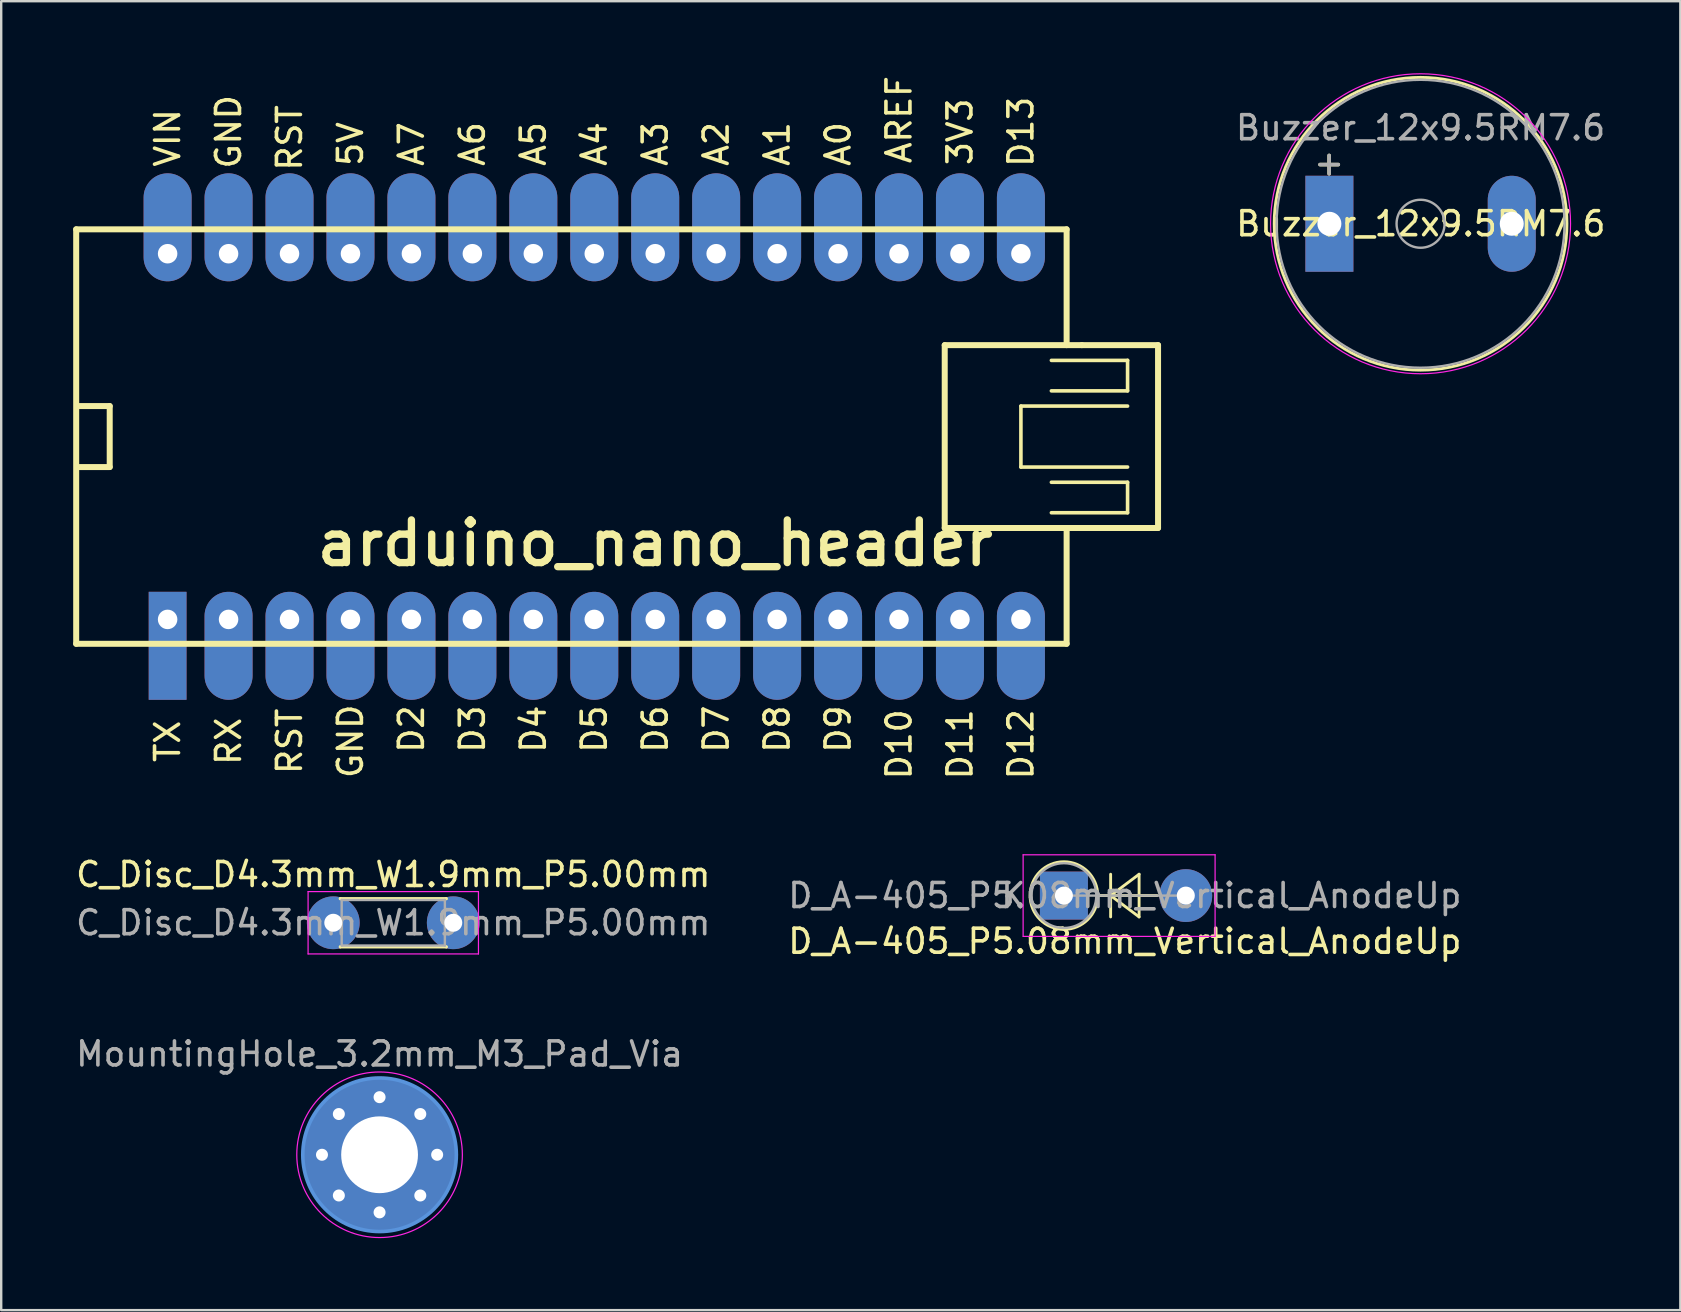
<source format=kicad_pcb>
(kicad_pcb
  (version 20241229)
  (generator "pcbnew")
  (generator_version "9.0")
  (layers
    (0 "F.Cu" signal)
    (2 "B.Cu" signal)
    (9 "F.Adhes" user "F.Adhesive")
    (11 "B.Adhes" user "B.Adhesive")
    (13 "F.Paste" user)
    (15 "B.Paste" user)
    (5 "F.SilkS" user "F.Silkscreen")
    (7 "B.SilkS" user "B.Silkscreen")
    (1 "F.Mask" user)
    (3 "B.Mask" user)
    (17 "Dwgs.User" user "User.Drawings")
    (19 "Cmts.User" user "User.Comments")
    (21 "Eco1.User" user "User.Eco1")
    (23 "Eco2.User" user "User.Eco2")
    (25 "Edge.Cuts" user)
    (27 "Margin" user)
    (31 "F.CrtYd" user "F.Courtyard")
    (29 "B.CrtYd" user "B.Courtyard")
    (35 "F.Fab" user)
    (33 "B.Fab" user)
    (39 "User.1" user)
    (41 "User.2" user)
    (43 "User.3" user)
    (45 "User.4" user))
  (footprint "Buzzer_12x9.5RM7.6"
    (layer "F.Cu")
    (at 52.35 6.275)
    (property "Reference" "Buzzer_12x9.5RM7.6" (at 3.81 0 0) (layer "F.SilkS") (effects (font (size 1 1) (thickness 0.15))))
    (attr through_hole)
    (fp_circle (center 3.8 0) (end 9.9 0) (stroke (width 0.12) (type solid)) (fill no) (layer "F.SilkS"))
    (fp_circle (center 3.8 0) (end 10.05 0) (stroke (width 0.05) (type solid)) (fill no) (layer "F.CrtYd"))
    (fp_circle (center 3.8 0) (end 4.8 0) (stroke (width 0.1) (type solid)) (fill no) (layer "F.Fab"))
    (fp_circle (center 3.8 0) (end 9.8 0) (stroke (width 0.1) (type solid)) (fill no) (layer "F.Fab"))
    (fp_text user "+" (at -0.01 -2.54 0) (layer "F.SilkS") (effects (font (size 1 1) (thickness 0.15))))
    (fp_text user "+" (at -0.01 -2.54 0) (layer "F.Fab") (effects (font (size 1 1) (thickness 0.15))))
    (fp_text user "${REFERENCE}" (at 3.8 -4 0) (layer "F.Fab") (effects (font (size 1 1) (thickness 0.15))))
    (pad "1" thru_hole rect (at 0 0) (size 2 4) (drill 1) (layers "*.Cu" "*.Mask"))
    (pad "2" thru_hole oval (at 7.6 0) (size 2 4) (drill 1) (layers "*.Cu" "*.Mask")))
  (footprint "arduino_nano_header"
    (layer "F.Cu")
    (at 22.985 15.143)
    (property "Reference" "arduino_nano_header" (at 1.27 4.445 0) (layer "F.SilkS") (effects (font (size 1.778 1.778) (thickness 0.305))))
    (attr through_hole)
    (fp_line (start -22.86 -8.636) (end -22.86 8.636) (stroke (width 0.25) (type solid)) (layer "F.SilkS"))
    (fp_line (start -22.733 -1.27) (end -21.463 -1.27) (stroke (width 0.25) (type solid)) (layer "F.SilkS"))
    (fp_line (start -21.463 -1.27) (end -21.463 1.27) (stroke (width 0.25) (type solid)) (layer "F.SilkS"))
    (fp_line (start -21.463 1.27) (end -22.733 1.27) (stroke (width 0.25) (type solid)) (layer "F.SilkS"))
    (fp_line (start 13.335 -3.81) (end 13.335 3.81) (stroke (width 0.25) (type solid)) (layer "F.SilkS"))
    (fp_line (start 13.335 3.81) (end 22.225 3.81) (stroke (width 0.25) (type solid)) (layer "F.SilkS"))
    (fp_line (start 16.51 -1.27) (end 20.955 -1.27) (stroke (width 0.15) (type solid)) (layer "F.SilkS"))
    (fp_line (start 16.51 1.27) (end 16.51 -1.27) (stroke (width 0.15) (type solid)) (layer "F.SilkS"))
    (fp_line (start 17.78 -1.905) (end 20.955 -1.905) (stroke (width 0.15) (type solid)) (layer "F.SilkS"))
    (fp_line (start 17.78 3.175) (end 20.955 3.175) (stroke (width 0.15) (type solid)) (layer "F.SilkS"))
    (fp_line (start 18.415 -8.636) (end -22.86 -8.636) (stroke (width 0.25) (type solid)) (layer "F.SilkS"))
    (fp_line (start 18.415 -8.636) (end 18.415 -3.81) (stroke (width 0.25) (type solid)) (layer "F.SilkS"))
    (fp_line (start 18.415 3.81) (end 18.415 8.636) (stroke (width 0.25) (type solid)) (layer "F.SilkS"))
    (fp_line (start 18.415 8.636) (end -22.86 8.636) (stroke (width 0.25) (type solid)) (layer "F.SilkS"))
    (fp_line (start 19.05 -3.81) (end 13.335 -3.81) (stroke (width 0.25) (type solid)) (layer "F.SilkS"))
    (fp_line (start 20.955 -3.175) (end 17.78 -3.175) (stroke (width 0.15) (type solid)) (layer "F.SilkS"))
    (fp_line (start 20.955 -1.905) (end 20.955 -3.175) (stroke (width 0.15) (type solid)) (layer "F.SilkS"))
    (fp_line (start 20.955 1.27) (end 16.51 1.27) (stroke (width 0.15) (type solid)) (layer "F.SilkS"))
    (fp_line (start 20.955 1.905) (end 17.78 1.905) (stroke (width 0.15) (type solid)) (layer "F.SilkS"))
    (fp_line (start 20.955 3.175) (end 20.955 1.905) (stroke (width 0.15) (type solid)) (layer "F.SilkS"))
    (fp_line (start 22.225 -3.81) (end 19.05 -3.81) (stroke (width 0.25) (type solid)) (layer "F.SilkS"))
    (fp_line (start 22.225 3.81) (end 22.225 -3.81) (stroke (width 0.25) (type solid)) (layer "F.SilkS"))
    (fp_text user "A4" (at -1.27 -12.192 90) (layer "F.SilkS") (effects (font (size 1 1) (thickness 0.15))))
    (fp_text user "GND" (at -16.51 -12.7 90) (layer "F.SilkS") (effects (font (size 1 1) (thickness 0.15))))
    (fp_text user "A1" (at 6.35 -12.192 90) (layer "F.SilkS") (effects (font (size 1 1) (thickness 0.15))))
    (fp_text user "D12" (at 16.51 12.827 90) (layer "F.SilkS") (effects (font (size 1 1) (thickness 0.15))))
    (fp_text user "D7" (at 3.81 12.192 90) (layer "F.SilkS") (effects (font (size 1 1) (thickness 0.15))))
    (fp_text user "3V3" (at 13.97 -12.7 90) (layer "F.SilkS") (effects (font (size 1 1) (thickness 0.15))))
    (fp_text user "A2" (at 3.81 -12.192 90) (layer "F.SilkS") (effects (font (size 1 1) (thickness 0.15))))
    (fp_text user "5V" (at -11.43 -12.192 90) (layer "F.SilkS") (effects (font (size 1 1) (thickness 0.15))))
    (fp_text user "A5" (at -3.81 -12.192 90) (layer "F.SilkS") (effects (font (size 1 1) (thickness 0.15))))
    (fp_text user "AREF" (at 11.43 -13.208 90) (layer "F.SilkS") (effects (font (size 1 1) (thickness 0.15))))
    (fp_text user "A0" (at 8.89 -12.192 90) (layer "F.SilkS") (effects (font (size 1 1) (thickness 0.15))))
    (fp_text user "A7" (at -8.89 -12.192 90) (layer "F.SilkS") (effects (font (size 1 1) (thickness 0.15))))
    (fp_text user "D3" (at -6.35 12.192 90) (layer "F.SilkS") (effects (font (size 1 1) (thickness 0.15))))
    (fp_text user "D8" (at 6.35 12.192 90) (layer "F.SilkS") (effects (font (size 1 1) (thickness 0.15))))
    (fp_text user "VIN" (at -19.05 -12.446 90) (layer "F.SilkS") (effects (font (size 1 1) (thickness 0.15))))
    (fp_text user "D11" (at 13.97 12.827 90) (layer "F.SilkS") (effects (font (size 1 1) (thickness 0.15))))
    (fp_text user "D13" (at 16.51 -12.7 90) (layer "F.SilkS") (effects (font (size 1 1) (thickness 0.15))))
    (fp_text user "D5" (at -1.27 12.192 90) (layer "F.SilkS") (effects (font (size 1 1) (thickness 0.15))))
    (fp_text user "A6" (at -6.35 -12.192 90) (layer "F.SilkS") (effects (font (size 1 1) (thickness 0.15))))
    (fp_text user "GND" (at -11.43 12.7 90) (layer "F.SilkS") (effects (font (size 1 1) (thickness 0.15))))
    (fp_text user "RST" (at -13.97 -12.446 90) (layer "F.SilkS") (effects (font (size 1 1) (thickness 0.15))))
    (fp_text user "D2" (at -8.89 12.192 90) (layer "F.SilkS") (effects (font (size 1 1) (thickness 0.15))))
    (fp_text user "D4" (at -3.81 12.192 90) (layer "F.SilkS") (effects (font (size 1 1) (thickness 0.15))))
    (fp_text user "A3" (at 1.27 -12.192 90) (layer "F.SilkS") (effects (font (size 1 1) (thickness 0.15))))
    (fp_text user "D6" (at 1.27 12.192 90) (layer "F.SilkS") (effects (font (size 1 1) (thickness 0.15))))
    (fp_text user "RX" (at -16.51 12.7 90) (layer "F.SilkS") (effects (font (size 1 1) (thickness 0.15))))
    (fp_text user "D9" (at 8.89 12.192 90) (layer "F.SilkS") (effects (font (size 1 1) (thickness 0.15))))
    (fp_text user "TX" (at -19.05 12.7 90) (layer "F.SilkS") (effects (font (size 1 1) (thickness 0.15))))
    (fp_text user "RST" (at -13.97 12.7 90) (layer "F.SilkS") (effects (font (size 1 1) (thickness 0.15))))
    (fp_text user "D10" (at 11.43 12.827 90) (layer "F.SilkS") (effects (font (size 1 1) (thickness 0.15))))
    (pad "1" thru_hole rect (at -19.05 7.62) (size 1.575 4.5) (drill 0.813 (offset 0 1.1)) (layers "*.Cu" "*.Mask"))
    (pad "2" thru_hole oval (at -16.51 7.62) (size 2 4.5) (drill 0.813 (offset 0 1.1)) (layers "*.Cu" "*.Mask"))
    (pad "3" thru_hole oval (at -13.97 7.62) (size 2 4.5) (drill 0.813 (offset 0 1.1)) (layers "*.Cu" "*.Mask"))
    (pad "4" thru_hole oval (at -11.43 7.62) (size 2 4.5) (drill 0.813 (offset 0 1.1)) (layers "*.Cu" "*.Mask"))
    (pad "5" thru_hole oval (at -8.89 7.62) (size 2 4.5) (drill 0.813 (offset 0 1.1)) (layers "*.Cu" "*.Mask"))
    (pad "6" thru_hole oval (at -6.35 7.62) (size 2 4.5) (drill 0.813 (offset 0 1.1)) (layers "*.Cu" "*.Mask"))
    (pad "7" thru_hole oval (at -3.81 7.62) (size 2 4.5) (drill 0.813 (offset 0 1.1)) (layers "*.Cu" "*.Mask"))
    (pad "8" thru_hole oval (at -1.27 7.62) (size 2 4.5) (drill 0.813 (offset 0 1.1)) (layers "*.Cu" "*.Mask"))
    (pad "9" thru_hole oval (at 1.27 7.62) (size 2 4.5) (drill 0.813 (offset 0 1.1)) (layers "*.Cu" "*.Mask"))
    (pad "10" thru_hole oval (at 3.81 7.62) (size 2 4.5) (drill 0.813 (offset 0 1.1)) (layers "*.Cu" "*.Mask"))
    (pad "11" thru_hole oval (at 6.35 7.62) (size 2 4.5) (drill 0.813 (offset 0 1.1)) (layers "*.Cu" "*.Mask"))
    (pad "12" thru_hole oval (at 8.89 7.62) (size 2 4.5) (drill 0.813 (offset 0 1.1)) (layers "*.Cu" "*.Mask"))
    (pad "13" thru_hole oval (at 11.43 7.62) (size 2 4.5) (drill 0.813 (offset 0 1.1)) (layers "*.Cu" "*.Mask"))
    (pad "14" thru_hole oval (at 13.97 7.62) (size 2 4.5) (drill 0.813 (offset 0 1.1)) (layers "*.Cu" "*.Mask"))
    (pad "15" thru_hole oval (at 16.51 7.62) (size 2 4.5) (drill 0.813 (offset 0 1.1)) (layers "*.Cu" "*.Mask"))
    (pad "16" thru_hole oval (at 16.51 -7.62) (size 2 4.5) (drill 0.813 (offset 0 -1.1)) (layers "*.Cu" "*.Mask"))
    (pad "17" thru_hole oval (at 13.97 -7.62) (size 2 4.5) (drill 0.813 (offset 0 -1.1)) (layers "*.Cu" "*.Mask"))
    (pad "18" thru_hole oval (at 11.43 -7.62) (size 2 4.5) (drill 0.813 (offset 0 -1.1)) (layers "*.Cu" "*.Mask"))
    (pad "19" thru_hole oval (at 8.89 -7.62) (size 2 4.5) (drill 0.813 (offset 0 -1.1)) (layers "*.Cu" "*.Mask"))
    (pad "20" thru_hole oval (at 6.35 -7.62) (size 2 4.5) (drill 0.813 (offset 0 -1.1)) (layers "*.Cu" "*.Mask"))
    (pad "21" thru_hole oval (at 3.81 -7.62) (size 2 4.5) (drill 0.813 (offset 0 -1.1)) (layers "*.Cu" "*.Mask"))
    (pad "22" thru_hole oval (at 1.27 -7.62) (size 2 4.5) (drill 0.813 (offset 0 -1.1)) (layers "*.Cu" "*.Mask"))
    (pad "23" thru_hole oval (at -1.27 -7.62) (size 2 4.5) (drill 0.813 (offset 0 -1.1)) (layers "*.Cu" "*.Mask"))
    (pad "24" thru_hole oval (at -3.81 -7.62) (size 2 4.5) (drill 0.813 (offset 0 -1.1)) (layers "*.Cu" "*.Mask"))
    (pad "25" thru_hole oval (at -6.35 -7.62) (size 2 4.5) (drill 0.813 (offset 0 -1.1)) (layers "*.Cu" "*.Mask"))
    (pad "26" thru_hole oval (at -8.89 -7.62) (size 2 4.5) (drill 0.813 (offset 0 -1.1)) (layers "*.Cu" "*.Mask"))
    (pad "27" thru_hole oval (at -11.43 -7.62) (size 2 4.5) (drill 0.813 (offset 0 -1.1)) (layers "*.Cu" "*.Mask"))
    (pad "28" thru_hole oval (at -13.97 -7.62) (size 2 4.5) (drill 0.813 (offset 0 -1.1)) (layers "*.Cu" "*.Mask"))
    (pad "29" thru_hole oval (at -16.51 -7.62) (size 2 4.5) (drill 0.813 (offset 0 -1.1)) (layers "*.Cu" "*.Mask"))
    (pad "30" thru_hole oval (at -19.05 -7.62) (size 2 4.5) (drill 0.813 (offset 0 -1.1)) (layers "*.Cu" "*.Mask")))
  (footprint "C_Disc_D4.3mm_W1.9mm_P5.00mm"
    (layer "F.Cu")
    (at 10.839 35.405)
    (property "Reference" "C_Disc_D4.3mm_W1.9mm_P5.00mm" (at 2.5 -2.01 0) (layer "F.SilkS") (effects (font (size 1 1) (thickness 0.15))))
    (attr through_hole)
    (fp_line (start 0.29 -1.01) (end 0.29 -0.996) (stroke (width 0.12) (type solid)) (layer "F.SilkS"))
    (fp_line (start 0.29 -1.01) (end 4.71 -1.01) (stroke (width 0.12) (type solid)) (layer "F.SilkS"))
    (fp_line (start 0.29 0.996) (end 0.29 1.01) (stroke (width 0.12) (type solid)) (layer "F.SilkS"))
    (fp_line (start 0.29 1.01) (end 4.71 1.01) (stroke (width 0.12) (type solid)) (layer "F.SilkS"))
    (fp_line (start 4.71 -1.01) (end 4.71 -0.996) (stroke (width 0.12) (type solid)) (layer "F.SilkS"))
    (fp_line (start 4.71 0.996) (end 4.71 1.01) (stroke (width 0.12) (type solid)) (layer "F.SilkS"))
    (fp_line (start -1.05 -1.3) (end -1.05 1.3) (stroke (width 0.05) (type solid)) (layer "F.CrtYd"))
    (fp_line (start -1.05 1.3) (end 6.05 1.3) (stroke (width 0.05) (type solid)) (layer "F.CrtYd"))
    (fp_line (start 6.05 -1.3) (end -1.05 -1.3) (stroke (width 0.05) (type solid)) (layer "F.CrtYd"))
    (fp_line (start 6.05 1.3) (end 6.05 -1.3) (stroke (width 0.05) (type solid)) (layer "F.CrtYd"))
    (fp_line (start 0.35 -0.95) (end 0.35 0.95) (stroke (width 0.1) (type solid)) (layer "F.Fab"))
    (fp_line (start 0.35 0.95) (end 4.65 0.95) (stroke (width 0.1) (type solid)) (layer "F.Fab"))
    (fp_line (start 4.65 -0.95) (end 0.35 -0.95) (stroke (width 0.1) (type solid)) (layer "F.Fab"))
    (fp_line (start 4.65 0.95) (end 4.65 -0.95) (stroke (width 0.1) (type solid)) (layer "F.Fab"))
    (fp_text user "${REFERENCE}" (at 2.5 0 0) (layer "F.Fab") (effects (font (size 1 1) (thickness 0.15))))
    (pad "1" thru_hole oval (at 0 0) (size 2.2 2.2) (drill 0.75) (layers "*.Cu" "*.Mask"))
    (pad "2" thru_hole oval (at 5 0) (size 2.2 2.2) (drill 0.75) (layers "*.Cu" "*.Mask")))
  (footprint "D_A-405_P5.08mm_Vertical_AnodeUp"
    (layer "F.Cu")
    (at 41.287 34.272)
    (property "Reference" "D_A-405_P5.08mm_Vertical_AnodeUp" (at 2.54 1.905 0) (layer "F.SilkS") (effects (font (size 1 1) (thickness 0.15))))
    (attr through_hole)
    (fp_line (start 1.41 0) (end 3.88 0) (stroke (width 0.12) (type solid)) (layer "F.SilkS"))
    (fp_line (start 1.947 -0.889) (end 1.947 0.889) (stroke (width 0.12) (type solid)) (layer "F.SilkS"))
    (fp_line (start 1.947 0) (end 3.133 -0.889) (stroke (width 0.12) (type solid)) (layer "F.SilkS"))
    (fp_line (start 3.133 -0.889) (end 3.133 0.889) (stroke (width 0.12) (type solid)) (layer "F.SilkS"))
    (fp_line (start 3.133 0.889) (end 1.947 0) (stroke (width 0.12) (type solid)) (layer "F.SilkS"))
    (fp_circle (center 0 0) (end 1.41 0) (stroke (width 0.12) (type solid)) (fill no) (layer "F.SilkS"))
    (fp_line (start -1.7 -1.7) (end -1.7 1.7) (stroke (width 0.05) (type solid)) (layer "F.CrtYd"))
    (fp_line (start -1.7 1.7) (end 6.3 1.7) (stroke (width 0.05) (type solid)) (layer "F.CrtYd"))
    (fp_line (start 6.3 -1.7) (end -1.7 -1.7) (stroke (width 0.05) (type solid)) (layer "F.CrtYd"))
    (fp_line (start 6.3 1.7) (end 6.3 -1.7) (stroke (width 0.05) (type solid)) (layer "F.CrtYd"))
    (fp_line (start 0 0) (end 5.08 0) (stroke (width 0.1) (type solid)) (layer "F.Fab"))
    (fp_circle (center 0 0) (end 1.35 0) (stroke (width 0.1) (type solid)) (fill no) (layer "F.Fab"))
    (fp_text user "K" (at -2.11 0 0) (layer "F.Fab") (effects (font (size 1 1) (thickness 0.15))))
    (fp_text user "${REFERENCE}" (at 2.54 0 0) (layer "F.Fab") (effects (font (size 1 1) (thickness 0.15))))
    (pad "1" thru_hole rect (at 0 0) (size 2 2) (drill 0.75) (layers "*.Cu" "*.Mask"))
    (pad "2" thru_hole oval (at 5.08 0) (size 2.2 2.2) (drill 0.75) (layers "*.Cu" "*.Mask")))
  (footprint "MountingHole_3.2mm_M3_Pad_Via"
    (layer "F.Cu")
    (at 12.768 45.073)
    (property "Reference" "MountingHole_3.2mm_M3_Pad_Via" (at 0 -4.2 0) (layer "F.Fab") (effects (font (size 1 1) (thickness 0.15))))
    (attr through_hole)
    (fp_circle (center 0 0) (end 3.2 0) (stroke (width 0.15) (type solid)) (fill no) (layer "Cmts.User"))
    (fp_circle (center 0 0) (end 3.45 0) (stroke (width 0.05) (type solid)) (fill no) (layer "F.CrtYd"))
    (pad "" thru_hole circle (at -2.4 0) (size 0.6 0.6) (drill 0.5) (layers "*.Cu" "*.Mask"))
    (pad "" thru_hole circle (at -1.697 -1.697) (size 0.6 0.6) (drill 0.5) (layers "*.Cu" "*.Mask"))
    (pad "" thru_hole circle (at -1.697 1.697) (size 0.6 0.6) (drill 0.5) (layers "*.Cu" "*.Mask"))
    (pad "" thru_hole circle (at 0 -2.4) (size 0.6 0.6) (drill 0.5) (layers "*.Cu" "*.Mask"))
    (pad "" thru_hole circle (at 0 2.4) (size 0.6 0.6) (drill 0.5) (layers "*.Cu" "*.Mask"))
    (pad "" thru_hole circle (at 1.697 -1.697) (size 0.6 0.6) (drill 0.5) (layers "*.Cu" "*.Mask"))
    (pad "" thru_hole circle (at 1.697 1.697) (size 0.6 0.6) (drill 0.5) (layers "*.Cu" "*.Mask"))
    (pad "" thru_hole circle (at 2.4 0) (size 0.6 0.6) (drill 0.5) (layers "*.Cu" "*.Mask"))
    (pad "1" thru_hole circle (at 0 0) (size 6.4 6.4) (drill 3.2) (layers "*.Cu" "*.Mask")))
  (gr_rect
    (start -3 -3)
    (end 66.976 51.548)
    (stroke (width 0.1) (type default))
    (fill no)
    (layer "Edge.Cuts")))
</source>
